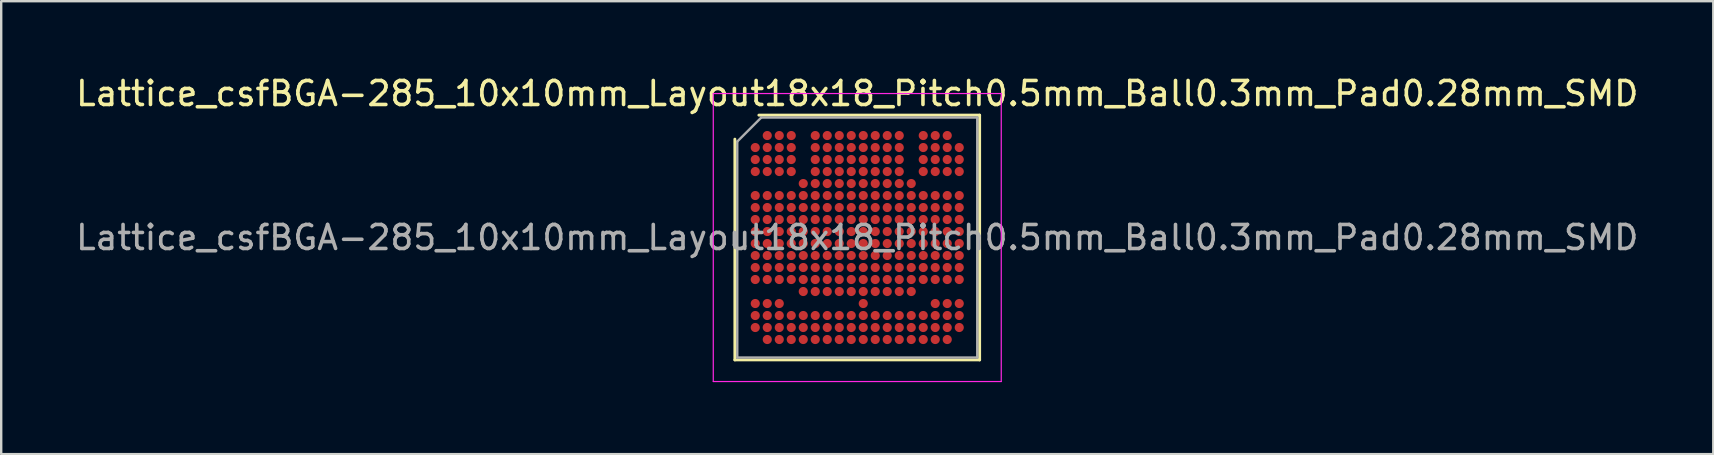
<source format=kicad_pcb>
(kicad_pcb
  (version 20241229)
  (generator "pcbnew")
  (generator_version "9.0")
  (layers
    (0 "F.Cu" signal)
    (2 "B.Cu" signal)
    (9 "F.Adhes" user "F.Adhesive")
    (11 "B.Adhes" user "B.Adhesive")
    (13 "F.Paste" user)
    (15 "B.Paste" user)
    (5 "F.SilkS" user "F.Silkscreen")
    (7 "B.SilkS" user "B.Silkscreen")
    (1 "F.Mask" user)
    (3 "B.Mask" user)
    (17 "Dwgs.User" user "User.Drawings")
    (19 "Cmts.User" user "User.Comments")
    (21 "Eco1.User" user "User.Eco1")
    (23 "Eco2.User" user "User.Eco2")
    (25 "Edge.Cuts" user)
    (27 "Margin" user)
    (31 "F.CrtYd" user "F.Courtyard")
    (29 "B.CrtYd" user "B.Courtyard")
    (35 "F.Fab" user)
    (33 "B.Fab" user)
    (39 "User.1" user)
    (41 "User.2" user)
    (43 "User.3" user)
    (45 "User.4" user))
  (footprint "Lattice_csfBGA-285_10x10mm_Layout18x18_Pitch0.5mm_Ball0.3mm_Pad0.28mm_SMD"
    (layer "F.Cu")
    (at 32.673 6.848)
    (property "Reference" "Lattice_csfBGA-285_10x10mm_Layout18x18_Pitch0.5mm_Ball0.3mm_Pad0.28mm_SMD" (at 0 -6 0) (layer "F.SilkS") (effects (font (size 1 1) (thickness 0.15))))
    (attr smd)
    (fp_line (start -5.1 5.1) (end -5.1 -4.1) (stroke (width 0.12) (type solid)) (layer "F.SilkS"))
    (fp_line (start -4.1 -5.1) (end 5.1 -5.1) (stroke (width 0.12) (type solid)) (layer "F.SilkS"))
    (fp_line (start 5.1 -5.1) (end 5.1 5.1) (stroke (width 0.12) (type solid)) (layer "F.SilkS"))
    (fp_line (start 5.1 5.1) (end -5.1 5.1) (stroke (width 0.12) (type solid)) (layer "F.SilkS"))
    (fp_line (start -6 -6) (end 6 -6) (stroke (width 0.05) (type solid)) (layer "F.CrtYd"))
    (fp_line (start -6 6) (end -6 -6) (stroke (width 0.05) (type solid)) (layer "F.CrtYd"))
    (fp_line (start 6 -6) (end 6 6) (stroke (width 0.05) (type solid)) (layer "F.CrtYd"))
    (fp_line (start 6 6) (end -6 6) (stroke (width 0.05) (type solid)) (layer "F.CrtYd"))
    (fp_line (start -5 -4) (end -4 -5) (stroke (width 0.1) (type solid)) (layer "F.Fab"))
    (fp_line (start -5 5) (end -5 -4) (stroke (width 0.1) (type solid)) (layer "F.Fab"))
    (fp_line (start -4 -5) (end 5 -5) (stroke (width 0.1) (type solid)) (layer "F.Fab"))
    (fp_line (start 5 -5) (end 5 5) (stroke (width 0.1) (type solid)) (layer "F.Fab"))
    (fp_line (start 5 5) (end -5 5) (stroke (width 0.1) (type solid)) (layer "F.Fab"))
    (fp_text user "${REFERENCE}" (at 0 0 0) (layer "F.Fab") (effects (font (size 1 1) (thickness 0.15))))
    (pad "A2" smd circle (at -3.75 -4.25) (size 0.38 0.38) (property pad_prop_bga) (layers "F.Cu" "F.Mask" "F.Paste"))
    (pad "A3" smd circle (at -3.25 -4.25) (size 0.38 0.38) (property pad_prop_bga) (layers "F.Cu" "F.Mask" "F.Paste"))
    (pad "A4" smd circle (at -2.75 -4.25) (size 0.38 0.38) (property pad_prop_bga) (layers "F.Cu" "F.Mask" "F.Paste"))
    (pad "A6" smd circle (at -1.75 -4.25) (size 0.38 0.38) (property pad_prop_bga) (layers "F.Cu" "F.Mask" "F.Paste"))
    (pad "A7" smd circle (at -1.25 -4.25) (size 0.38 0.38) (property pad_prop_bga) (layers "F.Cu" "F.Mask" "F.Paste"))
    (pad "A8" smd circle (at -0.75 -4.25) (size 0.38 0.38) (property pad_prop_bga) (layers "F.Cu" "F.Mask" "F.Paste"))
    (pad "A9" smd circle (at -0.25 -4.25) (size 0.38 0.38) (property pad_prop_bga) (layers "F.Cu" "F.Mask" "F.Paste"))
    (pad "A10" smd circle (at 0.25 -4.25) (size 0.38 0.38) (property pad_prop_bga) (layers "F.Cu" "F.Mask" "F.Paste"))
    (pad "A11" smd circle (at 0.75 -4.25) (size 0.38 0.38) (property pad_prop_bga) (layers "F.Cu" "F.Mask" "F.Paste"))
    (pad "A12" smd circle (at 1.25 -4.25) (size 0.38 0.38) (property pad_prop_bga) (layers "F.Cu" "F.Mask" "F.Paste"))
    (pad "A13" smd circle (at 1.75 -4.25) (size 0.38 0.38) (property pad_prop_bga) (layers "F.Cu" "F.Mask" "F.Paste"))
    (pad "A15" smd circle (at 2.75 -4.25) (size 0.38 0.38) (property pad_prop_bga) (layers "F.Cu" "F.Mask" "F.Paste"))
    (pad "A16" smd circle (at 3.25 -4.25) (size 0.38 0.38) (property pad_prop_bga) (layers "F.Cu" "F.Mask" "F.Paste"))
    (pad "A17" smd circle (at 3.75 -4.25) (size 0.38 0.38) (property pad_prop_bga) (layers "F.Cu" "F.Mask" "F.Paste"))
    (pad "B1" smd circle (at -4.25 -3.75) (size 0.38 0.38) (property pad_prop_bga) (layers "F.Cu" "F.Mask" "F.Paste"))
    (pad "B2" smd circle (at -3.75 -3.75) (size 0.38 0.38) (property pad_prop_bga) (layers "F.Cu" "F.Mask" "F.Paste"))
    (pad "B3" smd circle (at -3.25 -3.75) (size 0.38 0.38) (property pad_prop_bga) (layers "F.Cu" "F.Mask" "F.Paste"))
    (pad "B4" smd circle (at -2.75 -3.75) (size 0.38 0.38) (property pad_prop_bga) (layers "F.Cu" "F.Mask" "F.Paste"))
    (pad "B6" smd circle (at -1.75 -3.75) (size 0.38 0.38) (property pad_prop_bga) (layers "F.Cu" "F.Mask" "F.Paste"))
    (pad "B7" smd circle (at -1.25 -3.75) (size 0.38 0.38) (property pad_prop_bga) (layers "F.Cu" "F.Mask" "F.Paste"))
    (pad "B8" smd circle (at -0.75 -3.75) (size 0.38 0.38) (property pad_prop_bga) (layers "F.Cu" "F.Mask" "F.Paste"))
    (pad "B9" smd circle (at -0.25 -3.75) (size 0.38 0.38) (property pad_prop_bga) (layers "F.Cu" "F.Mask" "F.Paste"))
    (pad "B10" smd circle (at 0.25 -3.75) (size 0.38 0.38) (property pad_prop_bga) (layers "F.Cu" "F.Mask" "F.Paste"))
    (pad "B11" smd circle (at 0.75 -3.75) (size 0.38 0.38) (property pad_prop_bga) (layers "F.Cu" "F.Mask" "F.Paste"))
    (pad "B12" smd circle (at 1.25 -3.75) (size 0.38 0.38) (property pad_prop_bga) (layers "F.Cu" "F.Mask" "F.Paste"))
    (pad "B13" smd circle (at 1.75 -3.75) (size 0.38 0.38) (property pad_prop_bga) (layers "F.Cu" "F.Mask" "F.Paste"))
    (pad "B15" smd circle (at 2.75 -3.75) (size 0.38 0.38) (property pad_prop_bga) (layers "F.Cu" "F.Mask" "F.Paste"))
    (pad "B16" smd circle (at 3.25 -3.75) (size 0.38 0.38) (property pad_prop_bga) (layers "F.Cu" "F.Mask" "F.Paste"))
    (pad "B17" smd circle (at 3.75 -3.75) (size 0.38 0.38) (property pad_prop_bga) (layers "F.Cu" "F.Mask" "F.Paste"))
    (pad "B18" smd circle (at 4.25 -3.75) (size 0.38 0.38) (property pad_prop_bga) (layers "F.Cu" "F.Mask" "F.Paste"))
    (pad "C1" smd circle (at -4.25 -3.25) (size 0.38 0.38) (property pad_prop_bga) (layers "F.Cu" "F.Mask" "F.Paste"))
    (pad "C2" smd circle (at -3.75 -3.25) (size 0.38 0.38) (property pad_prop_bga) (layers "F.Cu" "F.Mask" "F.Paste"))
    (pad "C3" smd circle (at -3.25 -3.25) (size 0.38 0.38) (property pad_prop_bga) (layers "F.Cu" "F.Mask" "F.Paste"))
    (pad "C4" smd circle (at -2.75 -3.25) (size 0.38 0.38) (property pad_prop_bga) (layers "F.Cu" "F.Mask" "F.Paste"))
    (pad "C6" smd circle (at -1.75 -3.25) (size 0.38 0.38) (property pad_prop_bga) (layers "F.Cu" "F.Mask" "F.Paste"))
    (pad "C7" smd circle (at -1.25 -3.25) (size 0.38 0.38) (property pad_prop_bga) (layers "F.Cu" "F.Mask" "F.Paste"))
    (pad "C8" smd circle (at -0.75 -3.25) (size 0.38 0.38) (property pad_prop_bga) (layers "F.Cu" "F.Mask" "F.Paste"))
    (pad "C9" smd circle (at -0.25 -3.25) (size 0.38 0.38) (property pad_prop_bga) (layers "F.Cu" "F.Mask" "F.Paste"))
    (pad "C10" smd circle (at 0.25 -3.25) (size 0.38 0.38) (property pad_prop_bga) (layers "F.Cu" "F.Mask" "F.Paste"))
    (pad "C11" smd circle (at 0.75 -3.25) (size 0.38 0.38) (property pad_prop_bga) (layers "F.Cu" "F.Mask" "F.Paste"))
    (pad "C12" smd circle (at 1.25 -3.25) (size 0.38 0.38) (property pad_prop_bga) (layers "F.Cu" "F.Mask" "F.Paste"))
    (pad "C13" smd circle (at 1.75 -3.25) (size 0.38 0.38) (property pad_prop_bga) (layers "F.Cu" "F.Mask" "F.Paste"))
    (pad "C15" smd circle (at 2.75 -3.25) (size 0.38 0.38) (property pad_prop_bga) (layers "F.Cu" "F.Mask" "F.Paste"))
    (pad "C16" smd circle (at 3.25 -3.25) (size 0.38 0.38) (property pad_prop_bga) (layers "F.Cu" "F.Mask" "F.Paste"))
    (pad "C17" smd circle (at 3.75 -3.25) (size 0.38 0.38) (property pad_prop_bga) (layers "F.Cu" "F.Mask" "F.Paste"))
    (pad "C18" smd circle (at 4.25 -3.25) (size 0.38 0.38) (property pad_prop_bga) (layers "F.Cu" "F.Mask" "F.Paste"))
    (pad "D1" smd circle (at -4.25 -2.75) (size 0.38 0.38) (property pad_prop_bga) (layers "F.Cu" "F.Mask" "F.Paste"))
    (pad "D2" smd circle (at -3.75 -2.75) (size 0.38 0.38) (property pad_prop_bga) (layers "F.Cu" "F.Mask" "F.Paste"))
    (pad "D3" smd circle (at -3.25 -2.75) (size 0.38 0.38) (property pad_prop_bga) (layers "F.Cu" "F.Mask" "F.Paste"))
    (pad "D4" smd circle (at -2.75 -2.75) (size 0.38 0.38) (property pad_prop_bga) (layers "F.Cu" "F.Mask" "F.Paste"))
    (pad "D6" smd circle (at -1.75 -2.75) (size 0.38 0.38) (property pad_prop_bga) (layers "F.Cu" "F.Mask" "F.Paste"))
    (pad "D7" smd circle (at -1.25 -2.75) (size 0.38 0.38) (property pad_prop_bga) (layers "F.Cu" "F.Mask" "F.Paste"))
    (pad "D8" smd circle (at -0.75 -2.75) (size 0.38 0.38) (property pad_prop_bga) (layers "F.Cu" "F.Mask" "F.Paste"))
    (pad "D9" smd circle (at -0.25 -2.75) (size 0.38 0.38) (property pad_prop_bga) (layers "F.Cu" "F.Mask" "F.Paste"))
    (pad "D10" smd circle (at 0.25 -2.75) (size 0.38 0.38) (property pad_prop_bga) (layers "F.Cu" "F.Mask" "F.Paste"))
    (pad "D11" smd circle (at 0.75 -2.75) (size 0.38 0.38) (property pad_prop_bga) (layers "F.Cu" "F.Mask" "F.Paste"))
    (pad "D12" smd circle (at 1.25 -2.75) (size 0.38 0.38) (property pad_prop_bga) (layers "F.Cu" "F.Mask" "F.Paste"))
    (pad "D13" smd circle (at 1.75 -2.75) (size 0.38 0.38) (property pad_prop_bga) (layers "F.Cu" "F.Mask" "F.Paste"))
    (pad "D15" smd circle (at 2.75 -2.75) (size 0.38 0.38) (property pad_prop_bga) (layers "F.Cu" "F.Mask" "F.Paste"))
    (pad "D16" smd circle (at 3.25 -2.75) (size 0.38 0.38) (property pad_prop_bga) (layers "F.Cu" "F.Mask" "F.Paste"))
    (pad "D17" smd circle (at 3.75 -2.75) (size 0.38 0.38) (property pad_prop_bga) (layers "F.Cu" "F.Mask" "F.Paste"))
    (pad "D18" smd circle (at 4.25 -2.75) (size 0.38 0.38) (property pad_prop_bga) (layers "F.Cu" "F.Mask" "F.Paste"))
    (pad "E5" smd circle (at -2.25 -2.25) (size 0.38 0.38) (property pad_prop_bga) (layers "F.Cu" "F.Mask" "F.Paste"))
    (pad "E6" smd circle (at -1.75 -2.25) (size 0.38 0.38) (property pad_prop_bga) (layers "F.Cu" "F.Mask" "F.Paste"))
    (pad "E7" smd circle (at -1.25 -2.25) (size 0.38 0.38) (property pad_prop_bga) (layers "F.Cu" "F.Mask" "F.Paste"))
    (pad "E8" smd circle (at -0.75 -2.25) (size 0.38 0.38) (property pad_prop_bga) (layers "F.Cu" "F.Mask" "F.Paste"))
    (pad "E9" smd circle (at -0.25 -2.25) (size 0.38 0.38) (property pad_prop_bga) (layers "F.Cu" "F.Mask" "F.Paste"))
    (pad "E10" smd circle (at 0.25 -2.25) (size 0.38 0.38) (property pad_prop_bga) (layers "F.Cu" "F.Mask" "F.Paste"))
    (pad "E11" smd circle (at 0.75 -2.25) (size 0.38 0.38) (property pad_prop_bga) (layers "F.Cu" "F.Mask" "F.Paste"))
    (pad "E12" smd circle (at 1.25 -2.25) (size 0.38 0.38) (property pad_prop_bga) (layers "F.Cu" "F.Mask" "F.Paste"))
    (pad "E13" smd circle (at 1.75 -2.25) (size 0.38 0.38) (property pad_prop_bga) (layers "F.Cu" "F.Mask" "F.Paste"))
    (pad "E14" smd circle (at 2.25 -2.25) (size 0.38 0.38) (property pad_prop_bga) (layers "F.Cu" "F.Mask" "F.Paste"))
    (pad "F1" smd circle (at -4.25 -1.75) (size 0.38 0.38) (property pad_prop_bga) (layers "F.Cu" "F.Mask" "F.Paste"))
    (pad "F2" smd circle (at -3.75 -1.75) (size 0.38 0.38) (property pad_prop_bga) (layers "F.Cu" "F.Mask" "F.Paste"))
    (pad "F3" smd circle (at -3.25 -1.75) (size 0.38 0.38) (property pad_prop_bga) (layers "F.Cu" "F.Mask" "F.Paste"))
    (pad "F4" smd circle (at -2.75 -1.75) (size 0.38 0.38) (property pad_prop_bga) (layers "F.Cu" "F.Mask" "F.Paste"))
    (pad "F5" smd circle (at -2.25 -1.75) (size 0.38 0.38) (property pad_prop_bga) (layers "F.Cu" "F.Mask" "F.Paste"))
    (pad "F6" smd circle (at -1.75 -1.75) (size 0.38 0.38) (property pad_prop_bga) (layers "F.Cu" "F.Mask" "F.Paste"))
    (pad "F7" smd circle (at -1.25 -1.75) (size 0.38 0.38) (property pad_prop_bga) (layers "F.Cu" "F.Mask" "F.Paste"))
    (pad "F8" smd circle (at -0.75 -1.75) (size 0.38 0.38) (property pad_prop_bga) (layers "F.Cu" "F.Mask" "F.Paste"))
    (pad "F9" smd circle (at -0.25 -1.75) (size 0.38 0.38) (property pad_prop_bga) (layers "F.Cu" "F.Mask" "F.Paste"))
    (pad "F10" smd circle (at 0.25 -1.75) (size 0.38 0.38) (property pad_prop_bga) (layers "F.Cu" "F.Mask" "F.Paste"))
    (pad "F11" smd circle (at 0.75 -1.75) (size 0.38 0.38) (property pad_prop_bga) (layers "F.Cu" "F.Mask" "F.Paste"))
    (pad "F12" smd circle (at 1.25 -1.75) (size 0.38 0.38) (property pad_prop_bga) (layers "F.Cu" "F.Mask" "F.Paste"))
    (pad "F13" smd circle (at 1.75 -1.75) (size 0.38 0.38) (property pad_prop_bga) (layers "F.Cu" "F.Mask" "F.Paste"))
    (pad "F14" smd circle (at 2.25 -1.75) (size 0.38 0.38) (property pad_prop_bga) (layers "F.Cu" "F.Mask" "F.Paste"))
    (pad "F15" smd circle (at 2.75 -1.75) (size 0.38 0.38) (property pad_prop_bga) (layers "F.Cu" "F.Mask" "F.Paste"))
    (pad "F16" smd circle (at 3.25 -1.75) (size 0.38 0.38) (property pad_prop_bga) (layers "F.Cu" "F.Mask" "F.Paste"))
    (pad "F17" smd circle (at 3.75 -1.75) (size 0.38 0.38) (property pad_prop_bga) (layers "F.Cu" "F.Mask" "F.Paste"))
    (pad "F18" smd circle (at 4.25 -1.75) (size 0.38 0.38) (property pad_prop_bga) (layers "F.Cu" "F.Mask" "F.Paste"))
    (pad "G1" smd circle (at -4.25 -1.25) (size 0.38 0.38) (property pad_prop_bga) (layers "F.Cu" "F.Mask" "F.Paste"))
    (pad "G2" smd circle (at -3.75 -1.25) (size 0.38 0.38) (property pad_prop_bga) (layers "F.Cu" "F.Mask" "F.Paste"))
    (pad "G3" smd circle (at -3.25 -1.25) (size 0.38 0.38) (property pad_prop_bga) (layers "F.Cu" "F.Mask" "F.Paste"))
    (pad "G4" smd circle (at -2.75 -1.25) (size 0.38 0.38) (property pad_prop_bga) (layers "F.Cu" "F.Mask" "F.Paste"))
    (pad "G5" smd circle (at -2.25 -1.25) (size 0.38 0.38) (property pad_prop_bga) (layers "F.Cu" "F.Mask" "F.Paste"))
    (pad "G6" smd circle (at -1.75 -1.25) (size 0.38 0.38) (property pad_prop_bga) (layers "F.Cu" "F.Mask" "F.Paste"))
    (pad "G7" smd circle (at -1.25 -1.25) (size 0.38 0.38) (property pad_prop_bga) (layers "F.Cu" "F.Mask" "F.Paste"))
    (pad "G8" smd circle (at -0.75 -1.25) (size 0.38 0.38) (property pad_prop_bga) (layers "F.Cu" "F.Mask" "F.Paste"))
    (pad "G9" smd circle (at -0.25 -1.25) (size 0.38 0.38) (property pad_prop_bga) (layers "F.Cu" "F.Mask" "F.Paste"))
    (pad "G10" smd circle (at 0.25 -1.25) (size 0.38 0.38) (property pad_prop_bga) (layers "F.Cu" "F.Mask" "F.Paste"))
    (pad "G11" smd circle (at 0.75 -1.25) (size 0.38 0.38) (property pad_prop_bga) (layers "F.Cu" "F.Mask" "F.Paste"))
    (pad "G12" smd circle (at 1.25 -1.25) (size 0.38 0.38) (property pad_prop_bga) (layers "F.Cu" "F.Mask" "F.Paste"))
    (pad "G13" smd circle (at 1.75 -1.25) (size 0.38 0.38) (property pad_prop_bga) (layers "F.Cu" "F.Mask" "F.Paste"))
    (pad "G14" smd circle (at 2.25 -1.25) (size 0.38 0.38) (property pad_prop_bga) (layers "F.Cu" "F.Mask" "F.Paste"))
    (pad "G15" smd circle (at 2.75 -1.25) (size 0.38 0.38) (property pad_prop_bga) (layers "F.Cu" "F.Mask" "F.Paste"))
    (pad "G16" smd circle (at 3.25 -1.25) (size 0.38 0.38) (property pad_prop_bga) (layers "F.Cu" "F.Mask" "F.Paste"))
    (pad "G17" smd circle (at 3.75 -1.25) (size 0.38 0.38) (property pad_prop_bga) (layers "F.Cu" "F.Mask" "F.Paste"))
    (pad "G18" smd circle (at 4.25 -1.25) (size 0.38 0.38) (property pad_prop_bga) (layers "F.Cu" "F.Mask" "F.Paste"))
    (pad "H1" smd circle (at -4.25 -0.75) (size 0.38 0.38) (property pad_prop_bga) (layers "F.Cu" "F.Mask" "F.Paste"))
    (pad "H2" smd circle (at -3.75 -0.75) (size 0.38 0.38) (property pad_prop_bga) (layers "F.Cu" "F.Mask" "F.Paste"))
    (pad "H3" smd circle (at -3.25 -0.75) (size 0.38 0.38) (property pad_prop_bga) (layers "F.Cu" "F.Mask" "F.Paste"))
    (pad "H4" smd circle (at -2.75 -0.75) (size 0.38 0.38) (property pad_prop_bga) (layers "F.Cu" "F.Mask" "F.Paste"))
    (pad "H5" smd circle (at -2.25 -0.75) (size 0.38 0.38) (property pad_prop_bga) (layers "F.Cu" "F.Mask" "F.Paste"))
    (pad "H6" smd circle (at -1.75 -0.75) (size 0.38 0.38) (property pad_prop_bga) (layers "F.Cu" "F.Mask" "F.Paste"))
    (pad "H7" smd circle (at -1.25 -0.75) (size 0.38 0.38) (property pad_prop_bga) (layers "F.Cu" "F.Mask" "F.Paste"))
    (pad "H8" smd circle (at -0.75 -0.75) (size 0.38 0.38) (property pad_prop_bga) (layers "F.Cu" "F.Mask" "F.Paste"))
    (pad "H9" smd circle (at -0.25 -0.75) (size 0.38 0.38) (property pad_prop_bga) (layers "F.Cu" "F.Mask" "F.Paste"))
    (pad "H10" smd circle (at 0.25 -0.75) (size 0.38 0.38) (property pad_prop_bga) (layers "F.Cu" "F.Mask" "F.Paste"))
    (pad "H11" smd circle (at 0.75 -0.75) (size 0.38 0.38) (property pad_prop_bga) (layers "F.Cu" "F.Mask" "F.Paste"))
    (pad "H12" smd circle (at 1.25 -0.75) (size 0.38 0.38) (property pad_prop_bga) (layers "F.Cu" "F.Mask" "F.Paste"))
    (pad "H13" smd circle (at 1.75 -0.75) (size 0.38 0.38) (property pad_prop_bga) (layers "F.Cu" "F.Mask" "F.Paste"))
    (pad "H14" smd circle (at 2.25 -0.75) (size 0.38 0.38) (property pad_prop_bga) (layers "F.Cu" "F.Mask" "F.Paste"))
    (pad "H15" smd circle (at 2.75 -0.75) (size 0.38 0.38) (property pad_prop_bga) (layers "F.Cu" "F.Mask" "F.Paste"))
    (pad "H16" smd circle (at 3.25 -0.75) (size 0.38 0.38) (property pad_prop_bga) (layers "F.Cu" "F.Mask" "F.Paste"))
    (pad "H17" smd circle (at 3.75 -0.75) (size 0.38 0.38) (property pad_prop_bga) (layers "F.Cu" "F.Mask" "F.Paste"))
    (pad "H18" smd circle (at 4.25 -0.75) (size 0.38 0.38) (property pad_prop_bga) (layers "F.Cu" "F.Mask" "F.Paste"))
    (pad "J1" smd circle (at -4.25 -0.25) (size 0.38 0.38) (property pad_prop_bga) (layers "F.Cu" "F.Mask" "F.Paste"))
    (pad "J2" smd circle (at -3.75 -0.25) (size 0.38 0.38) (property pad_prop_bga) (layers "F.Cu" "F.Mask" "F.Paste"))
    (pad "J3" smd circle (at -3.25 -0.25) (size 0.38 0.38) (property pad_prop_bga) (layers "F.Cu" "F.Mask" "F.Paste"))
    (pad "J4" smd circle (at -2.75 -0.25) (size 0.38 0.38) (property pad_prop_bga) (layers "F.Cu" "F.Mask" "F.Paste"))
    (pad "J5" smd circle (at -2.25 -0.25) (size 0.38 0.38) (property pad_prop_bga) (layers "F.Cu" "F.Mask" "F.Paste"))
    (pad "J6" smd circle (at -1.75 -0.25) (size 0.38 0.38) (property pad_prop_bga) (layers "F.Cu" "F.Mask" "F.Paste"))
    (pad "J7" smd circle (at -1.25 -0.25) (size 0.38 0.38) (property pad_prop_bga) (layers "F.Cu" "F.Mask" "F.Paste"))
    (pad "J8" smd circle (at -0.75 -0.25) (size 0.38 0.38) (property pad_prop_bga) (layers "F.Cu" "F.Mask" "F.Paste"))
    (pad "J9" smd circle (at -0.25 -0.25) (size 0.38 0.38) (property pad_prop_bga) (layers "F.Cu" "F.Mask" "F.Paste"))
    (pad "J10" smd circle (at 0.25 -0.25) (size 0.38 0.38) (property pad_prop_bga) (layers "F.Cu" "F.Mask" "F.Paste"))
    (pad "J11" smd circle (at 0.75 -0.25) (size 0.38 0.38) (property pad_prop_bga) (layers "F.Cu" "F.Mask" "F.Paste"))
    (pad "J12" smd circle (at 1.25 -0.25) (size 0.38 0.38) (property pad_prop_bga) (layers "F.Cu" "F.Mask" "F.Paste"))
    (pad "J13" smd circle (at 1.75 -0.25) (size 0.38 0.38) (property pad_prop_bga) (layers "F.Cu" "F.Mask" "F.Paste"))
    (pad "J14" smd circle (at 2.25 -0.25) (size 0.38 0.38) (property pad_prop_bga) (layers "F.Cu" "F.Mask" "F.Paste"))
    (pad "J15" smd circle (at 2.75 -0.25) (size 0.38 0.38) (property pad_prop_bga) (layers "F.Cu" "F.Mask" "F.Paste"))
    (pad "J16" smd circle (at 3.25 -0.25) (size 0.38 0.38) (property pad_prop_bga) (layers "F.Cu" "F.Mask" "F.Paste"))
    (pad "J17" smd circle (at 3.75 -0.25) (size 0.38 0.38) (property pad_prop_bga) (layers "F.Cu" "F.Mask" "F.Paste"))
    (pad "J18" smd circle (at 4.25 -0.25) (size 0.38 0.38) (property pad_prop_bga) (layers "F.Cu" "F.Mask" "F.Paste"))
    (pad "K1" smd circle (at -4.25 0.25) (size 0.38 0.38) (property pad_prop_bga) (layers "F.Cu" "F.Mask" "F.Paste"))
    (pad "K2" smd circle (at -3.75 0.25) (size 0.38 0.38) (property pad_prop_bga) (layers "F.Cu" "F.Mask" "F.Paste"))
    (pad "K3" smd circle (at -3.25 0.25) (size 0.38 0.38) (property pad_prop_bga) (layers "F.Cu" "F.Mask" "F.Paste"))
    (pad "K4" smd circle (at -2.75 0.25) (size 0.38 0.38) (property pad_prop_bga) (layers "F.Cu" "F.Mask" "F.Paste"))
    (pad "K5" smd circle (at -2.25 0.25) (size 0.38 0.38) (property pad_prop_bga) (layers "F.Cu" "F.Mask" "F.Paste"))
    (pad "K6" smd circle (at -1.75 0.25) (size 0.38 0.38) (property pad_prop_bga) (layers "F.Cu" "F.Mask" "F.Paste"))
    (pad "K7" smd circle (at -1.25 0.25) (size 0.38 0.38) (property pad_prop_bga) (layers "F.Cu" "F.Mask" "F.Paste"))
    (pad "K8" smd circle (at -0.75 0.25) (size 0.38 0.38) (property pad_prop_bga) (layers "F.Cu" "F.Mask" "F.Paste"))
    (pad "K9" smd circle (at -0.25 0.25) (size 0.38 0.38) (property pad_prop_bga) (layers "F.Cu" "F.Mask" "F.Paste"))
    (pad "K10" smd circle (at 0.25 0.25) (size 0.38 0.38) (property pad_prop_bga) (layers "F.Cu" "F.Mask" "F.Paste"))
    (pad "K11" smd circle (at 0.75 0.25) (size 0.38 0.38) (property pad_prop_bga) (layers "F.Cu" "F.Mask" "F.Paste"))
    (pad "K12" smd circle (at 1.25 0.25) (size 0.38 0.38) (property pad_prop_bga) (layers "F.Cu" "F.Mask" "F.Paste"))
    (pad "K13" smd circle (at 1.75 0.25) (size 0.38 0.38) (property pad_prop_bga) (layers "F.Cu" "F.Mask" "F.Paste"))
    (pad "K14" smd circle (at 2.25 0.25) (size 0.38 0.38) (property pad_prop_bga) (layers "F.Cu" "F.Mask" "F.Paste"))
    (pad "K15" smd circle (at 2.75 0.25) (size 0.38 0.38) (property pad_prop_bga) (layers "F.Cu" "F.Mask" "F.Paste"))
    (pad "K16" smd circle (at 3.25 0.25) (size 0.38 0.38) (property pad_prop_bga) (layers "F.Cu" "F.Mask" "F.Paste"))
    (pad "K17" smd circle (at 3.75 0.25) (size 0.38 0.38) (property pad_prop_bga) (layers "F.Cu" "F.Mask" "F.Paste"))
    (pad "K18" smd circle (at 4.25 0.25) (size 0.38 0.38) (property pad_prop_bga) (layers "F.Cu" "F.Mask" "F.Paste"))
    (pad "L1" smd circle (at -4.25 0.75) (size 0.38 0.38) (property pad_prop_bga) (layers "F.Cu" "F.Mask" "F.Paste"))
    (pad "L2" smd circle (at -3.75 0.75) (size 0.38 0.38) (property pad_prop_bga) (layers "F.Cu" "F.Mask" "F.Paste"))
    (pad "L3" smd circle (at -3.25 0.75) (size 0.38 0.38) (property pad_prop_bga) (layers "F.Cu" "F.Mask" "F.Paste"))
    (pad "L4" smd circle (at -2.75 0.75) (size 0.38 0.38) (property pad_prop_bga) (layers "F.Cu" "F.Mask" "F.Paste"))
    (pad "L5" smd circle (at -2.25 0.75) (size 0.38 0.38) (property pad_prop_bga) (layers "F.Cu" "F.Mask" "F.Paste"))
    (pad "L6" smd circle (at -1.75 0.75) (size 0.38 0.38) (property pad_prop_bga) (layers "F.Cu" "F.Mask" "F.Paste"))
    (pad "L7" smd circle (at -1.25 0.75) (size 0.38 0.38) (property pad_prop_bga) (layers "F.Cu" "F.Mask" "F.Paste"))
    (pad "L8" smd circle (at -0.75 0.75) (size 0.38 0.38) (property pad_prop_bga) (layers "F.Cu" "F.Mask" "F.Paste"))
    (pad "L9" smd circle (at -0.25 0.75) (size 0.38 0.38) (property pad_prop_bga) (layers "F.Cu" "F.Mask" "F.Paste"))
    (pad "L10" smd circle (at 0.25 0.75) (size 0.38 0.38) (property pad_prop_bga) (layers "F.Cu" "F.Mask" "F.Paste"))
    (pad "L11" smd circle (at 0.75 0.75) (size 0.38 0.38) (property pad_prop_bga) (layers "F.Cu" "F.Mask" "F.Paste"))
    (pad "L12" smd circle (at 1.25 0.75) (size 0.38 0.38) (property pad_prop_bga) (layers "F.Cu" "F.Mask" "F.Paste"))
    (pad "L13" smd circle (at 1.75 0.75) (size 0.38 0.38) (property pad_prop_bga) (layers "F.Cu" "F.Mask" "F.Paste"))
    (pad "L14" smd circle (at 2.25 0.75) (size 0.38 0.38) (property pad_prop_bga) (layers "F.Cu" "F.Mask" "F.Paste"))
    (pad "L15" smd circle (at 2.75 0.75) (size 0.38 0.38) (property pad_prop_bga) (layers "F.Cu" "F.Mask" "F.Paste"))
    (pad "L16" smd circle (at 3.25 0.75) (size 0.38 0.38) (property pad_prop_bga) (layers "F.Cu" "F.Mask" "F.Paste"))
    (pad "L17" smd circle (at 3.75 0.75) (size 0.38 0.38) (property pad_prop_bga) (layers "F.Cu" "F.Mask" "F.Paste"))
    (pad "L18" smd circle (at 4.25 0.75) (size 0.38 0.38) (property pad_prop_bga) (layers "F.Cu" "F.Mask" "F.Paste"))
    (pad "M1" smd circle (at -4.25 1.25) (size 0.38 0.38) (property pad_prop_bga) (layers "F.Cu" "F.Mask" "F.Paste"))
    (pad "M2" smd circle (at -3.75 1.25) (size 0.38 0.38) (property pad_prop_bga) (layers "F.Cu" "F.Mask" "F.Paste"))
    (pad "M3" smd circle (at -3.25 1.25) (size 0.38 0.38) (property pad_prop_bga) (layers "F.Cu" "F.Mask" "F.Paste"))
    (pad "M4" smd circle (at -2.75 1.25) (size 0.38 0.38) (property pad_prop_bga) (layers "F.Cu" "F.Mask" "F.Paste"))
    (pad "M5" smd circle (at -2.25 1.25) (size 0.38 0.38) (property pad_prop_bga) (layers "F.Cu" "F.Mask" "F.Paste"))
    (pad "M6" smd circle (at -1.75 1.25) (size 0.38 0.38) (property pad_prop_bga) (layers "F.Cu" "F.Mask" "F.Paste"))
    (pad "M7" smd circle (at -1.25 1.25) (size 0.38 0.38) (property pad_prop_bga) (layers "F.Cu" "F.Mask" "F.Paste"))
    (pad "M8" smd circle (at -0.75 1.25) (size 0.38 0.38) (property pad_prop_bga) (layers "F.Cu" "F.Mask" "F.Paste"))
    (pad "M9" smd circle (at -0.25 1.25) (size 0.38 0.38) (property pad_prop_bga) (layers "F.Cu" "F.Mask" "F.Paste"))
    (pad "M10" smd circle (at 0.25 1.25) (size 0.38 0.38) (property pad_prop_bga) (layers "F.Cu" "F.Mask" "F.Paste"))
    (pad "M11" smd circle (at 0.75 1.25) (size 0.38 0.38) (property pad_prop_bga) (layers "F.Cu" "F.Mask" "F.Paste"))
    (pad "M12" smd circle (at 1.25 1.25) (size 0.38 0.38) (property pad_prop_bga) (layers "F.Cu" "F.Mask" "F.Paste"))
    (pad "M13" smd circle (at 1.75 1.25) (size 0.38 0.38) (property pad_prop_bga) (layers "F.Cu" "F.Mask" "F.Paste"))
    (pad "M14" smd circle (at 2.25 1.25) (size 0.38 0.38) (property pad_prop_bga) (layers "F.Cu" "F.Mask" "F.Paste"))
    (pad "M15" smd circle (at 2.75 1.25) (size 0.38 0.38) (property pad_prop_bga) (layers "F.Cu" "F.Mask" "F.Paste"))
    (pad "M16" smd circle (at 3.25 1.25) (size 0.38 0.38) (property pad_prop_bga) (layers "F.Cu" "F.Mask" "F.Paste"))
    (pad "M17" smd circle (at 3.75 1.25) (size 0.38 0.38) (property pad_prop_bga) (layers "F.Cu" "F.Mask" "F.Paste"))
    (pad "M18" smd circle (at 4.25 1.25) (size 0.38 0.38) (property pad_prop_bga) (layers "F.Cu" "F.Mask" "F.Paste"))
    (pad "N1" smd circle (at -4.25 1.75) (size 0.38 0.38) (property pad_prop_bga) (layers "F.Cu" "F.Mask" "F.Paste"))
    (pad "N2" smd circle (at -3.75 1.75) (size 0.38 0.38) (property pad_prop_bga) (layers "F.Cu" "F.Mask" "F.Paste"))
    (pad "N3" smd circle (at -3.25 1.75) (size 0.38 0.38) (property pad_prop_bga) (layers "F.Cu" "F.Mask" "F.Paste"))
    (pad "N4" smd circle (at -2.75 1.75) (size 0.38 0.38) (property pad_prop_bga) (layers "F.Cu" "F.Mask" "F.Paste"))
    (pad "N5" smd circle (at -2.25 1.75) (size 0.38 0.38) (property pad_prop_bga) (layers "F.Cu" "F.Mask" "F.Paste"))
    (pad "N6" smd circle (at -1.75 1.75) (size 0.38 0.38) (property pad_prop_bga) (layers "F.Cu" "F.Mask" "F.Paste"))
    (pad "N7" smd circle (at -1.25 1.75) (size 0.38 0.38) (property pad_prop_bga) (layers "F.Cu" "F.Mask" "F.Paste"))
    (pad "N8" smd circle (at -0.75 1.75) (size 0.38 0.38) (property pad_prop_bga) (layers "F.Cu" "F.Mask" "F.Paste"))
    (pad "N9" smd circle (at -0.25 1.75) (size 0.38 0.38) (property pad_prop_bga) (layers "F.Cu" "F.Mask" "F.Paste"))
    (pad "N10" smd circle (at 0.25 1.75) (size 0.38 0.38) (property pad_prop_bga) (layers "F.Cu" "F.Mask" "F.Paste"))
    (pad "N11" smd circle (at 0.75 1.75) (size 0.38 0.38) (property pad_prop_bga) (layers "F.Cu" "F.Mask" "F.Paste"))
    (pad "N12" smd circle (at 1.25 1.75) (size 0.38 0.38) (property pad_prop_bga) (layers "F.Cu" "F.Mask" "F.Paste"))
    (pad "N13" smd circle (at 1.75 1.75) (size 0.38 0.38) (property pad_prop_bga) (layers "F.Cu" "F.Mask" "F.Paste"))
    (pad "N14" smd circle (at 2.25 1.75) (size 0.38 0.38) (property pad_prop_bga) (layers "F.Cu" "F.Mask" "F.Paste"))
    (pad "N15" smd circle (at 2.75 1.75) (size 0.38 0.38) (property pad_prop_bga) (layers "F.Cu" "F.Mask" "F.Paste"))
    (pad "N16" smd circle (at 3.25 1.75) (size 0.38 0.38) (property pad_prop_bga) (layers "F.Cu" "F.Mask" "F.Paste"))
    (pad "N17" smd circle (at 3.75 1.75) (size 0.38 0.38) (property pad_prop_bga) (layers "F.Cu" "F.Mask" "F.Paste"))
    (pad "N18" smd circle (at 4.25 1.75) (size 0.38 0.38) (property pad_prop_bga) (layers "F.Cu" "F.Mask" "F.Paste"))
    (pad "P5" smd circle (at -2.25 2.25) (size 0.38 0.38) (property pad_prop_bga) (layers "F.Cu" "F.Mask" "F.Paste"))
    (pad "P6" smd circle (at -1.75 2.25) (size 0.38 0.38) (property pad_prop_bga) (layers "F.Cu" "F.Mask" "F.Paste"))
    (pad "P7" smd circle (at -1.25 2.25) (size 0.38 0.38) (property pad_prop_bga) (layers "F.Cu" "F.Mask" "F.Paste"))
    (pad "P8" smd circle (at -0.75 2.25) (size 0.38 0.38) (property pad_prop_bga) (layers "F.Cu" "F.Mask" "F.Paste"))
    (pad "P9" smd circle (at -0.25 2.25) (size 0.38 0.38) (property pad_prop_bga) (layers "F.Cu" "F.Mask" "F.Paste"))
    (pad "P10" smd circle (at 0.25 2.25) (size 0.38 0.38) (property pad_prop_bga) (layers "F.Cu" "F.Mask" "F.Paste"))
    (pad "P11" smd circle (at 0.75 2.25) (size 0.38 0.38) (property pad_prop_bga) (layers "F.Cu" "F.Mask" "F.Paste"))
    (pad "P12" smd circle (at 1.25 2.25) (size 0.38 0.38) (property pad_prop_bga) (layers "F.Cu" "F.Mask" "F.Paste"))
    (pad "P13" smd circle (at 1.75 2.25) (size 0.38 0.38) (property pad_prop_bga) (layers "F.Cu" "F.Mask" "F.Paste"))
    (pad "P14" smd circle (at 2.25 2.25) (size 0.38 0.38) (property pad_prop_bga) (layers "F.Cu" "F.Mask" "F.Paste"))
    (pad "R1" smd circle (at -4.25 2.75) (size 0.38 0.38) (property pad_prop_bga) (layers "F.Cu" "F.Mask" "F.Paste"))
    (pad "R2" smd circle (at -3.75 2.75) (size 0.38 0.38) (property pad_prop_bga) (layers "F.Cu" "F.Mask" "F.Paste"))
    (pad "R3" smd circle (at -3.25 2.75) (size 0.38 0.38) (property pad_prop_bga) (layers "F.Cu" "F.Mask" "F.Paste"))
    (pad "R10" smd circle (at 0.25 2.75) (size 0.38 0.38) (property pad_prop_bga) (layers "F.Cu" "F.Mask" "F.Paste"))
    (pad "R16" smd circle (at 3.25 2.75) (size 0.38 0.38) (property pad_prop_bga) (layers "F.Cu" "F.Mask" "F.Paste"))
    (pad "R17" smd circle (at 3.75 2.75) (size 0.38 0.38) (property pad_prop_bga) (layers "F.Cu" "F.Mask" "F.Paste"))
    (pad "R18" smd circle (at 4.25 2.75) (size 0.38 0.38) (property pad_prop_bga) (layers "F.Cu" "F.Mask" "F.Paste"))
    (pad "T1" smd circle (at -4.25 3.25) (size 0.38 0.38) (property pad_prop_bga) (layers "F.Cu" "F.Mask" "F.Paste"))
    (pad "T2" smd circle (at -3.75 3.25) (size 0.38 0.38) (property pad_prop_bga) (layers "F.Cu" "F.Mask" "F.Paste"))
    (pad "T3" smd circle (at -3.25 3.25) (size 0.38 0.38) (property pad_prop_bga) (layers "F.Cu" "F.Mask" "F.Paste"))
    (pad "T4" smd circle (at -2.75 3.25) (size 0.38 0.38) (property pad_prop_bga) (layers "F.Cu" "F.Mask" "F.Paste"))
    (pad "T5" smd circle (at -2.25 3.25) (size 0.38 0.38) (property pad_prop_bga) (layers "F.Cu" "F.Mask" "F.Paste"))
    (pad "T6" smd circle (at -1.75 3.25) (size 0.38 0.38) (property pad_prop_bga) (layers "F.Cu" "F.Mask" "F.Paste"))
    (pad "T7" smd circle (at -1.25 3.25) (size 0.38 0.38) (property pad_prop_bga) (layers "F.Cu" "F.Mask" "F.Paste"))
    (pad "T8" smd circle (at -0.75 3.25) (size 0.38 0.38) (property pad_prop_bga) (layers "F.Cu" "F.Mask" "F.Paste"))
    (pad "T9" smd circle (at -0.25 3.25) (size 0.38 0.38) (property pad_prop_bga) (layers "F.Cu" "F.Mask" "F.Paste"))
    (pad "T10" smd circle (at 0.25 3.25) (size 0.38 0.38) (property pad_prop_bga) (layers "F.Cu" "F.Mask" "F.Paste"))
    (pad "T11" smd circle (at 0.75 3.25) (size 0.38 0.38) (property pad_prop_bga) (layers "F.Cu" "F.Mask" "F.Paste"))
    (pad "T12" smd circle (at 1.25 3.25) (size 0.38 0.38) (property pad_prop_bga) (layers "F.Cu" "F.Mask" "F.Paste"))
    (pad "T13" smd circle (at 1.75 3.25) (size 0.38 0.38) (property pad_prop_bga) (layers "F.Cu" "F.Mask" "F.Paste"))
    (pad "T14" smd circle (at 2.25 3.25) (size 0.38 0.38) (property pad_prop_bga) (layers "F.Cu" "F.Mask" "F.Paste"))
    (pad "T15" smd circle (at 2.75 3.25) (size 0.38 0.38) (property pad_prop_bga) (layers "F.Cu" "F.Mask" "F.Paste"))
    (pad "T16" smd circle (at 3.25 3.25) (size 0.38 0.38) (property pad_prop_bga) (layers "F.Cu" "F.Mask" "F.Paste"))
    (pad "T17" smd circle (at 3.75 3.25) (size 0.38 0.38) (property pad_prop_bga) (layers "F.Cu" "F.Mask" "F.Paste"))
    (pad "T18" smd circle (at 4.25 3.25) (size 0.38 0.38) (property pad_prop_bga) (layers "F.Cu" "F.Mask" "F.Paste"))
    (pad "U1" smd circle (at -4.25 3.75) (size 0.38 0.38) (property pad_prop_bga) (layers "F.Cu" "F.Mask" "F.Paste"))
    (pad "U2" smd circle (at -3.75 3.75) (size 0.38 0.38) (property pad_prop_bga) (layers "F.Cu" "F.Mask" "F.Paste"))
    (pad "U3" smd circle (at -3.25 3.75) (size 0.38 0.38) (property pad_prop_bga) (layers "F.Cu" "F.Mask" "F.Paste"))
    (pad "U4" smd circle (at -2.75 3.75) (size 0.38 0.38) (property pad_prop_bga) (layers "F.Cu" "F.Mask" "F.Paste"))
    (pad "U5" smd circle (at -2.25 3.75) (size 0.38 0.38) (property pad_prop_bga) (layers "F.Cu" "F.Mask" "F.Paste"))
    (pad "U6" smd circle (at -1.75 3.75) (size 0.38 0.38) (property pad_prop_bga) (layers "F.Cu" "F.Mask" "F.Paste"))
    (pad "U7" smd circle (at -1.25 3.75) (size 0.38 0.38) (property pad_prop_bga) (layers "F.Cu" "F.Mask" "F.Paste"))
    (pad "U8" smd circle (at -0.75 3.75) (size 0.38 0.38) (property pad_prop_bga) (layers "F.Cu" "F.Mask" "F.Paste"))
    (pad "U9" smd circle (at -0.25 3.75) (size 0.38 0.38) (property pad_prop_bga) (layers "F.Cu" "F.Mask" "F.Paste"))
    (pad "U10" smd circle (at 0.25 3.75) (size 0.38 0.38) (property pad_prop_bga) (layers "F.Cu" "F.Mask" "F.Paste"))
    (pad "U11" smd circle (at 0.75 3.75) (size 0.38 0.38) (property pad_prop_bga) (layers "F.Cu" "F.Mask" "F.Paste"))
    (pad "U12" smd circle (at 1.25 3.75) (size 0.38 0.38) (property pad_prop_bga) (layers "F.Cu" "F.Mask" "F.Paste"))
    (pad "U13" smd circle (at 1.75 3.75) (size 0.38 0.38) (property pad_prop_bga) (layers "F.Cu" "F.Mask" "F.Paste"))
    (pad "U14" smd circle (at 2.25 3.75) (size 0.38 0.38) (property pad_prop_bga) (layers "F.Cu" "F.Mask" "F.Paste"))
    (pad "U15" smd circle (at 2.75 3.75) (size 0.38 0.38) (property pad_prop_bga) (layers "F.Cu" "F.Mask" "F.Paste"))
    (pad "U16" smd circle (at 3.25 3.75) (size 0.38 0.38) (property pad_prop_bga) (layers "F.Cu" "F.Mask" "F.Paste"))
    (pad "U17" smd circle (at 3.75 3.75) (size 0.38 0.38) (property pad_prop_bga) (layers "F.Cu" "F.Mask" "F.Paste"))
    (pad "U18" smd circle (at 4.25 3.75) (size 0.38 0.38) (property pad_prop_bga) (layers "F.Cu" "F.Mask" "F.Paste"))
    (pad "V2" smd circle (at -3.75 4.25) (size 0.38 0.38) (property pad_prop_bga) (layers "F.Cu" "F.Mask" "F.Paste"))
    (pad "V3" smd circle (at -3.25 4.25) (size 0.38 0.38) (property pad_prop_bga) (layers "F.Cu" "F.Mask" "F.Paste"))
    (pad "V4" smd circle (at -2.75 4.25) (size 0.38 0.38) (property pad_prop_bga) (layers "F.Cu" "F.Mask" "F.Paste"))
    (pad "V5" smd circle (at -2.25 4.25) (size 0.38 0.38) (property pad_prop_bga) (layers "F.Cu" "F.Mask" "F.Paste"))
    (pad "V6" smd circle (at -1.75 4.25) (size 0.38 0.38) (property pad_prop_bga) (layers "F.Cu" "F.Mask" "F.Paste"))
    (pad "V7" smd circle (at -1.25 4.25) (size 0.38 0.38) (property pad_prop_bga) (layers "F.Cu" "F.Mask" "F.Paste"))
    (pad "V8" smd circle (at -0.75 4.25) (size 0.38 0.38) (property pad_prop_bga) (layers "F.Cu" "F.Mask" "F.Paste"))
    (pad "V9" smd circle (at -0.25 4.25) (size 0.38 0.38) (property pad_prop_bga) (layers "F.Cu" "F.Mask" "F.Paste"))
    (pad "V10" smd circle (at 0.25 4.25) (size 0.38 0.38) (property pad_prop_bga) (layers "F.Cu" "F.Mask" "F.Paste"))
    (pad "V11" smd circle (at 0.75 4.25) (size 0.38 0.38) (property pad_prop_bga) (layers "F.Cu" "F.Mask" "F.Paste"))
    (pad "V12" smd circle (at 1.25 4.25) (size 0.38 0.38) (property pad_prop_bga) (layers "F.Cu" "F.Mask" "F.Paste"))
    (pad "V13" smd circle (at 1.75 4.25) (size 0.38 0.38) (property pad_prop_bga) (layers "F.Cu" "F.Mask" "F.Paste"))
    (pad "V14" smd circle (at 2.25 4.25) (size 0.38 0.38) (property pad_prop_bga) (layers "F.Cu" "F.Mask" "F.Paste"))
    (pad "V15" smd circle (at 2.75 4.25) (size 0.38 0.38) (property pad_prop_bga) (layers "F.Cu" "F.Mask" "F.Paste"))
    (pad "V16" smd circle (at 3.25 4.25) (size 0.38 0.38) (property pad_prop_bga) (layers "F.Cu" "F.Mask" "F.Paste"))
    (pad "V17" smd circle (at 3.75 4.25) (size 0.38 0.38) (property pad_prop_bga) (layers "F.Cu" "F.Mask" "F.Paste")))
  (gr_rect
    (start -3 -3)
    (end 68.345 15.873)
    (stroke (width 0.1) (type default))
    (fill no)
    (layer "Edge.Cuts")))
</source>
